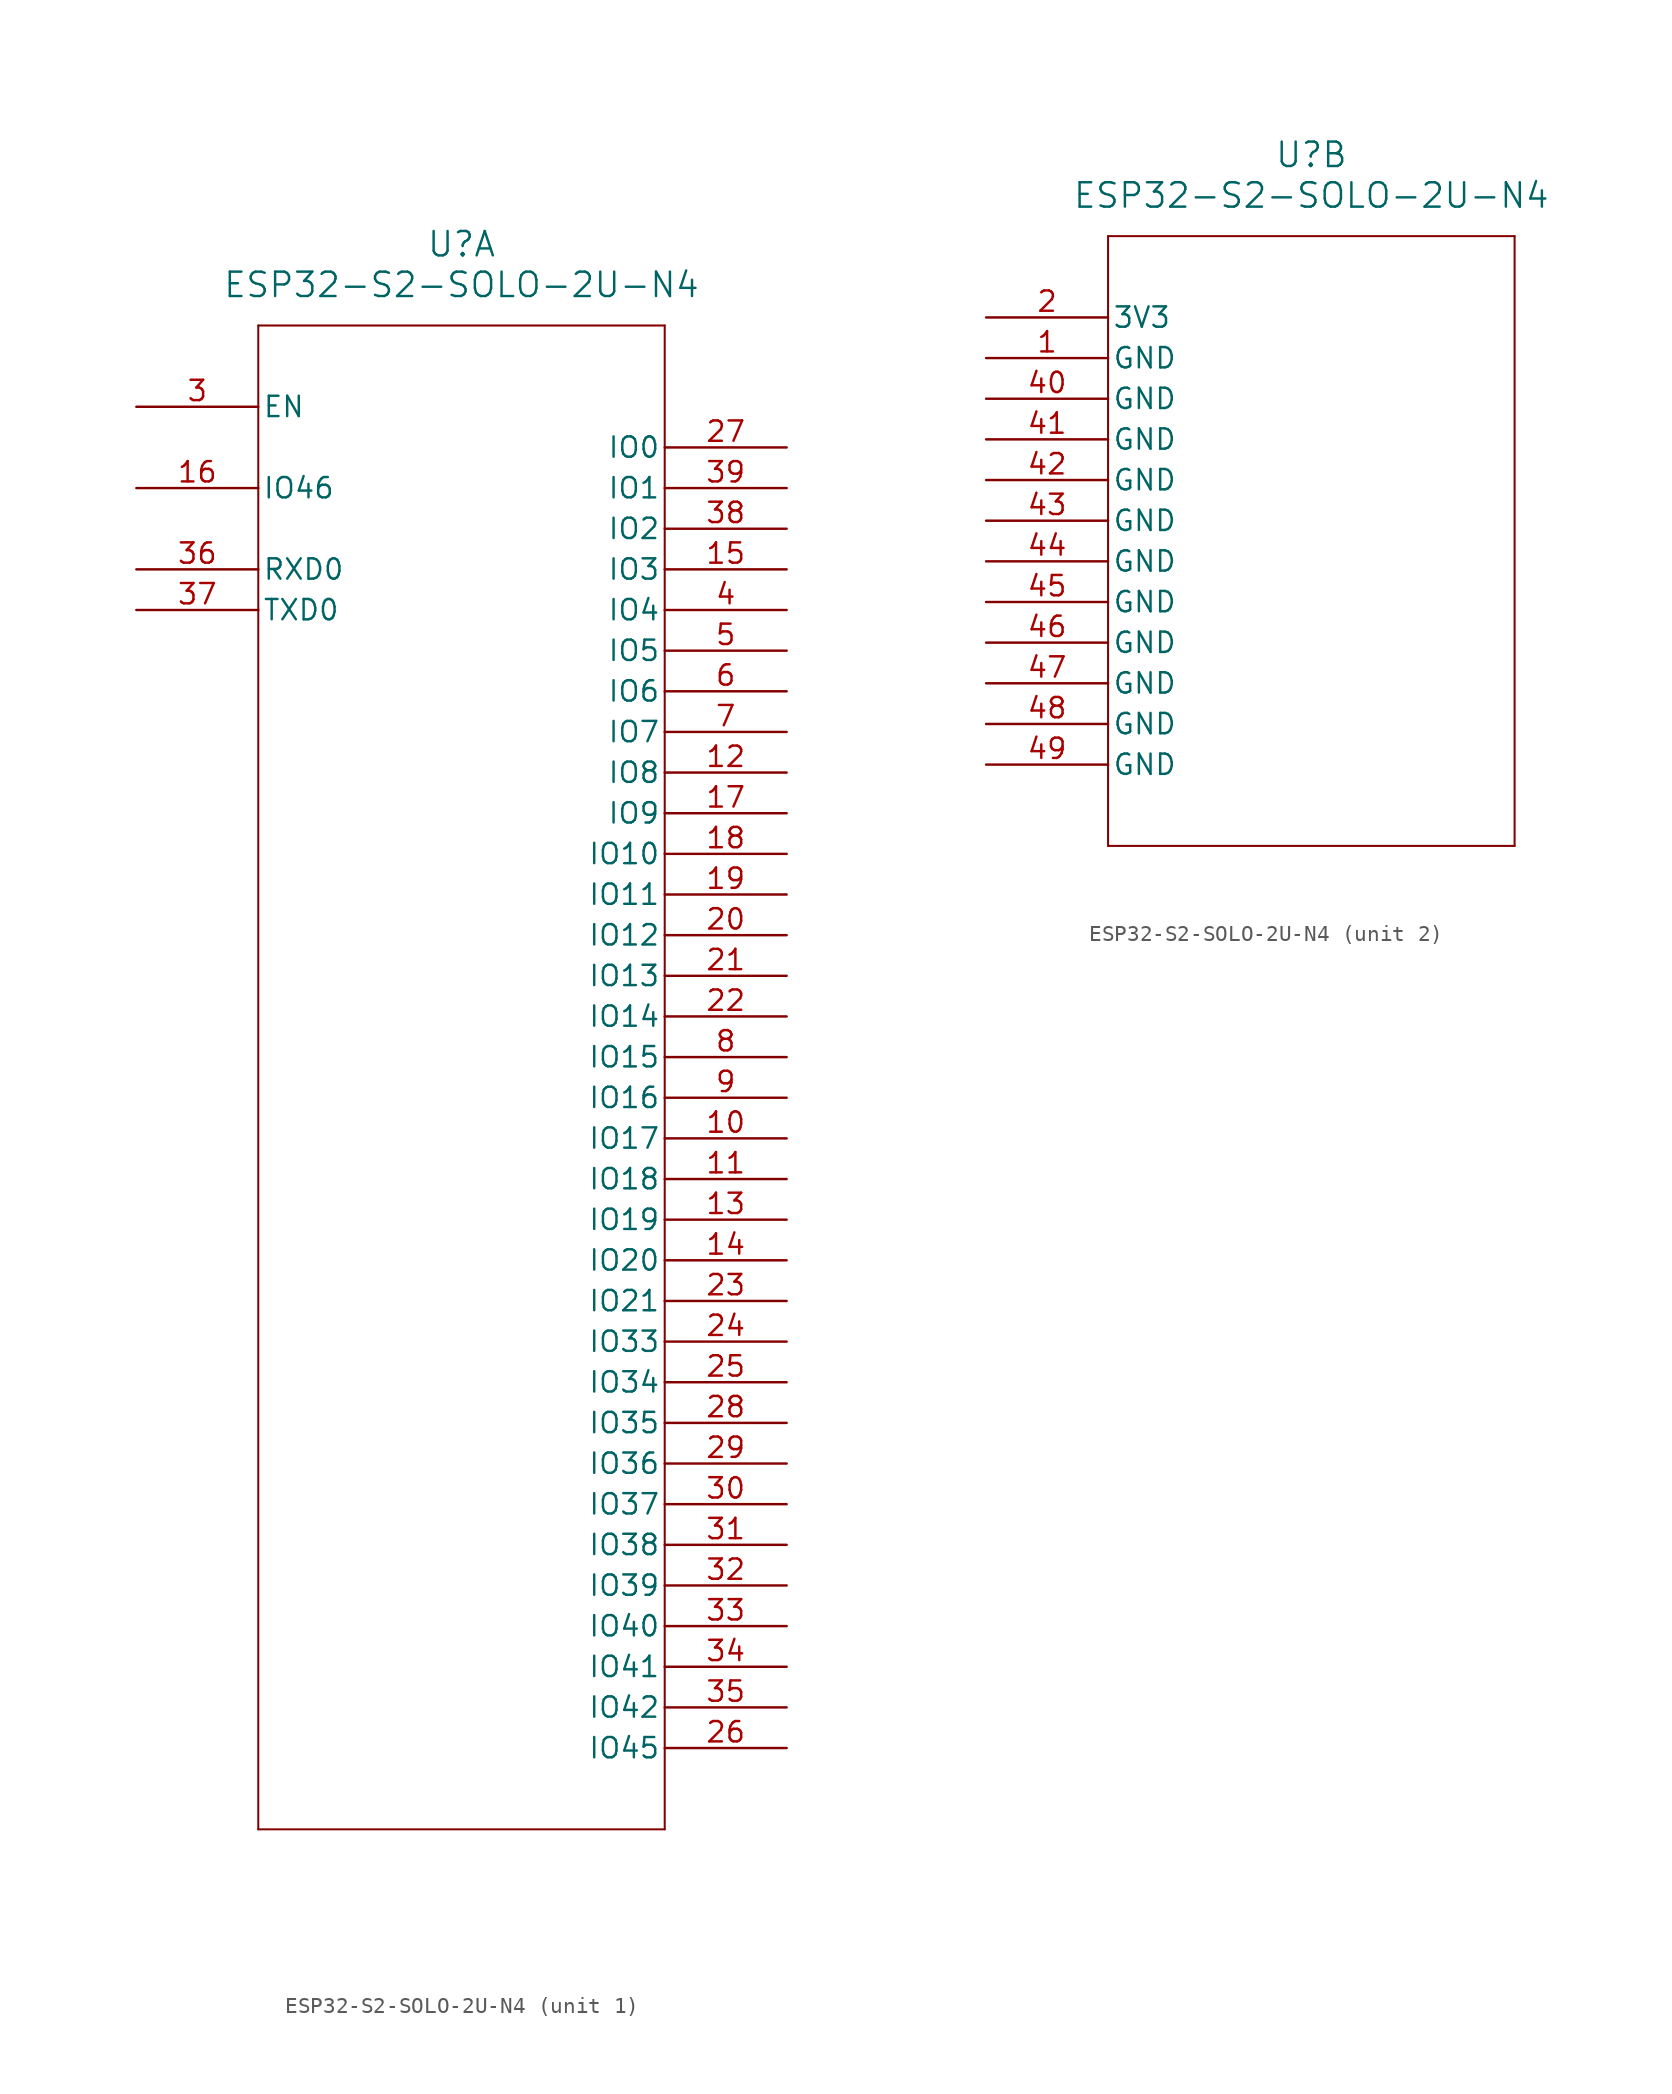
<source format=kicad_sym>
(kicad_symbol_lib
  (version 20211014)
  (generator kicad_symbol_editor)
  (symbol "ESP32-S2-SOLO-2U-N4"
    (pin_names
      (offset 0.254))
    (property "Reference" "U"
      (at 20.32 10.16 0)
      (effects (font (size 1.524 1.524))))
    (property "Value" "ESP32-S2-SOLO-2U-N4"
      (at 20.32 7.62 0)
      (effects (font (size 1.524 1.524))))
    (symbol "ESP32-S2-SOLO-2U-N4_1_1"
      (polyline (pts (xy 7.62 5.08) (xy 7.62 -88.9)) (stroke (width 0.127) (type default) (color 0 0 0 0)) (fill (type none)))
      (polyline (pts (xy 7.62 -88.9) (xy 33.02 -88.9)) (stroke (width 0.127) (type default) (color 0 0 0 0)) (fill (type none)))
      (polyline (pts (xy 33.02 -88.9) (xy 33.02 5.08)) (stroke (width 0.127) (type default) (color 0 0 0 0)) (fill (type none)))
      (polyline (pts (xy 33.02 5.08) (xy 7.62 5.08)) (stroke (width 0.127) (type default) (color 0 0 0 0)) (fill (type none)))
      (pin input line (at 0 0 0) (length 7.62) (name "EN" (effects (font (size 1.27 1.27)))) (number "3" (effects (font (size 1.27 1.27)))))
      (pin bidirectional line (at 40.64 -12.7 180) (length 7.62) (name "IO4" (effects (font (size 1.27 1.27)))) (number "4" (effects (font (size 1.27 1.27)))))
      (pin bidirectional line (at 40.64 -15.24 180) (length 7.62) (name "IO5" (effects (font (size 1.27 1.27)))) (number "5" (effects (font (size 1.27 1.27)))))
      (pin bidirectional line (at 40.64 -17.78 180) (length 7.62) (name "IO6" (effects (font (size 1.27 1.27)))) (number "6" (effects (font (size 1.27 1.27)))))
      (pin bidirectional line (at 40.64 -20.32 180) (length 7.62) (name "IO7" (effects (font (size 1.27 1.27)))) (number "7" (effects (font (size 1.27 1.27)))))
      (pin bidirectional line (at 40.64 -40.64 180) (length 7.62) (name "IO15" (effects (font (size 1.27 1.27)))) (number "8" (effects (font (size 1.27 1.27)))))
      (pin bidirectional line (at 40.64 -43.18 180) (length 7.62) (name "IO16" (effects (font (size 1.27 1.27)))) (number "9" (effects (font (size 1.27 1.27)))))
      (pin bidirectional line (at 40.64 -45.72 180) (length 7.62) (name "IO17" (effects (font (size 1.27 1.27)))) (number "10" (effects (font (size 1.27 1.27)))))
      (pin bidirectional line (at 40.64 -48.26 180) (length 7.62) (name "IO18" (effects (font (size 1.27 1.27)))) (number "11" (effects (font (size 1.27 1.27)))))
      (pin bidirectional line (at 40.64 -22.86 180) (length 7.62) (name "IO8" (effects (font (size 1.27 1.27)))) (number "12" (effects (font (size 1.27 1.27)))))
      (pin bidirectional line (at 40.64 -50.8 180) (length 7.62) (name "IO19" (effects (font (size 1.27 1.27)))) (number "13" (effects (font (size 1.27 1.27)))))
      (pin bidirectional line (at 40.64 -53.34 180) (length 7.62) (name "IO20" (effects (font (size 1.27 1.27)))) (number "14" (effects (font (size 1.27 1.27)))))
      (pin bidirectional line (at 40.64 -10.16 180) (length 7.62) (name "IO3" (effects (font (size 1.27 1.27)))) (number "15" (effects (font (size 1.27 1.27)))))
      (pin input line (at 0 -5.08 0) (length 7.62) (name "IO46" (effects (font (size 1.27 1.27)))) (number "16" (effects (font (size 1.27 1.27)))))
      (pin bidirectional line (at 40.64 -25.4 180) (length 7.62) (name "IO9" (effects (font (size 1.27 1.27)))) (number "17" (effects (font (size 1.27 1.27)))))
      (pin bidirectional line (at 40.64 -27.94 180) (length 7.62) (name "IO10" (effects (font (size 1.27 1.27)))) (number "18" (effects (font (size 1.27 1.27)))))
      (pin bidirectional line (at 40.64 -30.48 180) (length 7.62) (name "IO11" (effects (font (size 1.27 1.27)))) (number "19" (effects (font (size 1.27 1.27)))))
      (pin bidirectional line (at 40.64 -33.02 180) (length 7.62) (name "IO12" (effects (font (size 1.27 1.27)))) (number "20" (effects (font (size 1.27 1.27)))))
      (pin bidirectional line (at 40.64 -35.56 180) (length 7.62) (name "IO13" (effects (font (size 1.27 1.27)))) (number "21" (effects (font (size 1.27 1.27)))))
      (pin bidirectional line (at 40.64 -38.1 180) (length 7.62) (name "IO14" (effects (font (size 1.27 1.27)))) (number "22" (effects (font (size 1.27 1.27)))))
      (pin bidirectional line (at 40.64 -55.88 180) (length 7.62) (name "IO21" (effects (font (size 1.27 1.27)))) (number "23" (effects (font (size 1.27 1.27)))))
      (pin bidirectional line (at 40.64 -58.42 180) (length 7.62) (name "IO33" (effects (font (size 1.27 1.27)))) (number "24" (effects (font (size 1.27 1.27)))))
      (pin bidirectional line (at 40.64 -60.96 180) (length 7.62) (name "IO34" (effects (font (size 1.27 1.27)))) (number "25" (effects (font (size 1.27 1.27)))))
      (pin bidirectional line (at 40.64 -83.82 180) (length 7.62) (name "IO45" (effects (font (size 1.27 1.27)))) (number "26" (effects (font (size 1.27 1.27)))))
      (pin bidirectional line (at 40.64 -2.54 180) (length 7.62) (name "IO0" (effects (font (size 1.27 1.27)))) (number "27" (effects (font (size 1.27 1.27)))))
      (pin bidirectional line (at 40.64 -63.5 180) (length 7.62) (name "IO35" (effects (font (size 1.27 1.27)))) (number "28" (effects (font (size 1.27 1.27)))))
      (pin bidirectional line (at 40.64 -66.04 180) (length 7.62) (name "IO36" (effects (font (size 1.27 1.27)))) (number "29" (effects (font (size 1.27 1.27)))))
      (pin bidirectional line (at 40.64 -68.58 180) (length 7.62) (name "IO37" (effects (font (size 1.27 1.27)))) (number "30" (effects (font (size 1.27 1.27)))))
      (pin bidirectional line (at 40.64 -71.12 180) (length 7.62) (name "IO38" (effects (font (size 1.27 1.27)))) (number "31" (effects (font (size 1.27 1.27)))))
      (pin bidirectional line (at 40.64 -73.66 180) (length 7.62) (name "IO39" (effects (font (size 1.27 1.27)))) (number "32" (effects (font (size 1.27 1.27)))))
      (pin bidirectional line (at 40.64 -76.2 180) (length 7.62) (name "IO40" (effects (font (size 1.27 1.27)))) (number "33" (effects (font (size 1.27 1.27)))))
      (pin bidirectional line (at 40.64 -78.74 180) (length 7.62) (name "IO41" (effects (font (size 1.27 1.27)))) (number "34" (effects (font (size 1.27 1.27)))))
      (pin bidirectional line (at 40.64 -81.28 180) (length 7.62) (name "IO42" (effects (font (size 1.27 1.27)))) (number "35" (effects (font (size 1.27 1.27)))))
      (pin bidirectional line (at 0 -10.16 0) (length 7.62) (name "RXD0" (effects (font (size 1.27 1.27)))) (number "36" (effects (font (size 1.27 1.27)))))
      (pin bidirectional line (at 0 -12.7 0) (length 7.62) (name "TXD0" (effects (font (size 1.27 1.27)))) (number "37" (effects (font (size 1.27 1.27)))))
      (pin bidirectional line (at 40.64 -7.62 180) (length 7.62) (name "IO2" (effects (font (size 1.27 1.27)))) (number "38" (effects (font (size 1.27 1.27)))))
      (pin bidirectional line (at 40.64 -5.08 180) (length 7.62) (name "IO1" (effects (font (size 1.27 1.27)))) (number "39" (effects (font (size 1.27 1.27))))))
    (symbol "ESP32-S2-SOLO-2U-N4_2_1"
      (polyline (pts (xy 7.62 5.08) (xy 7.62 -33.02)) (stroke (width 0.127) (type default) (color 0 0 0 0)) (fill (type none)))
      (polyline (pts (xy 7.62 -33.02) (xy 33.02 -33.02)) (stroke (width 0.127) (type default) (color 0 0 0 0)) (fill (type none)))
      (polyline (pts (xy 33.02 -33.02) (xy 33.02 5.08)) (stroke (width 0.127) (type default) (color 0 0 0 0)) (fill (type none)))
      (polyline (pts (xy 33.02 5.08) (xy 7.62 5.08)) (stroke (width 0.127) (type default) (color 0 0 0 0)) (fill (type none)))
      (pin power_out line (at 0 -2.54 0) (length 7.62) (name "GND" (effects (font (size 1.27 1.27)))) (number "1" (effects (font (size 1.27 1.27)))))
      (pin power_in line (at 0 0 0) (length 7.62) (name "3V3" (effects (font (size 1.27 1.27)))) (number "2" (effects (font (size 1.27 1.27)))))
      (pin power_out line (at 0 -5.08 0) (length 7.62) (name "GND" (effects (font (size 1.27 1.27)))) (number "40" (effects (font (size 1.27 1.27)))))
      (pin power_out line (at 0 -7.62 0) (length 7.62) (name "GND" (effects (font (size 1.27 1.27)))) (number "41" (effects (font (size 1.27 1.27)))))
      (pin power_out line (at 0 -10.16 0) (length 7.62) (name "GND" (effects (font (size 1.27 1.27)))) (number "42" (effects (font (size 1.27 1.27)))))
      (pin power_out line (at 0 -12.7 0) (length 7.62) (name "GND" (effects (font (size 1.27 1.27)))) (number "43" (effects (font (size 1.27 1.27)))))
      (pin power_out line (at 0 -15.24 0) (length 7.62) (name "GND" (effects (font (size 1.27 1.27)))) (number "44" (effects (font (size 1.27 1.27)))))
      (pin power_out line (at 0 -17.78 0) (length 7.62) (name "GND" (effects (font (size 1.27 1.27)))) (number "45" (effects (font (size 1.27 1.27)))))
      (pin power_out line (at 0 -20.32 0) (length 7.62) (name "GND" (effects (font (size 1.27 1.27)))) (number "46" (effects (font (size 1.27 1.27)))))
      (pin power_out line (at 0 -22.86 0) (length 7.62) (name "GND" (effects (font (size 1.27 1.27)))) (number "47" (effects (font (size 1.27 1.27)))))
      (pin power_out line (at 0 -25.4 0) (length 7.62) (name "GND" (effects (font (size 1.27 1.27)))) (number "48" (effects (font (size 1.27 1.27)))))
      (pin power_out line (at 0 -27.94 0) (length 7.62) (name "GND" (effects (font (size 1.27 1.27)))) (number "49" (effects (font (size 1.27 1.27))))))))
</source>
